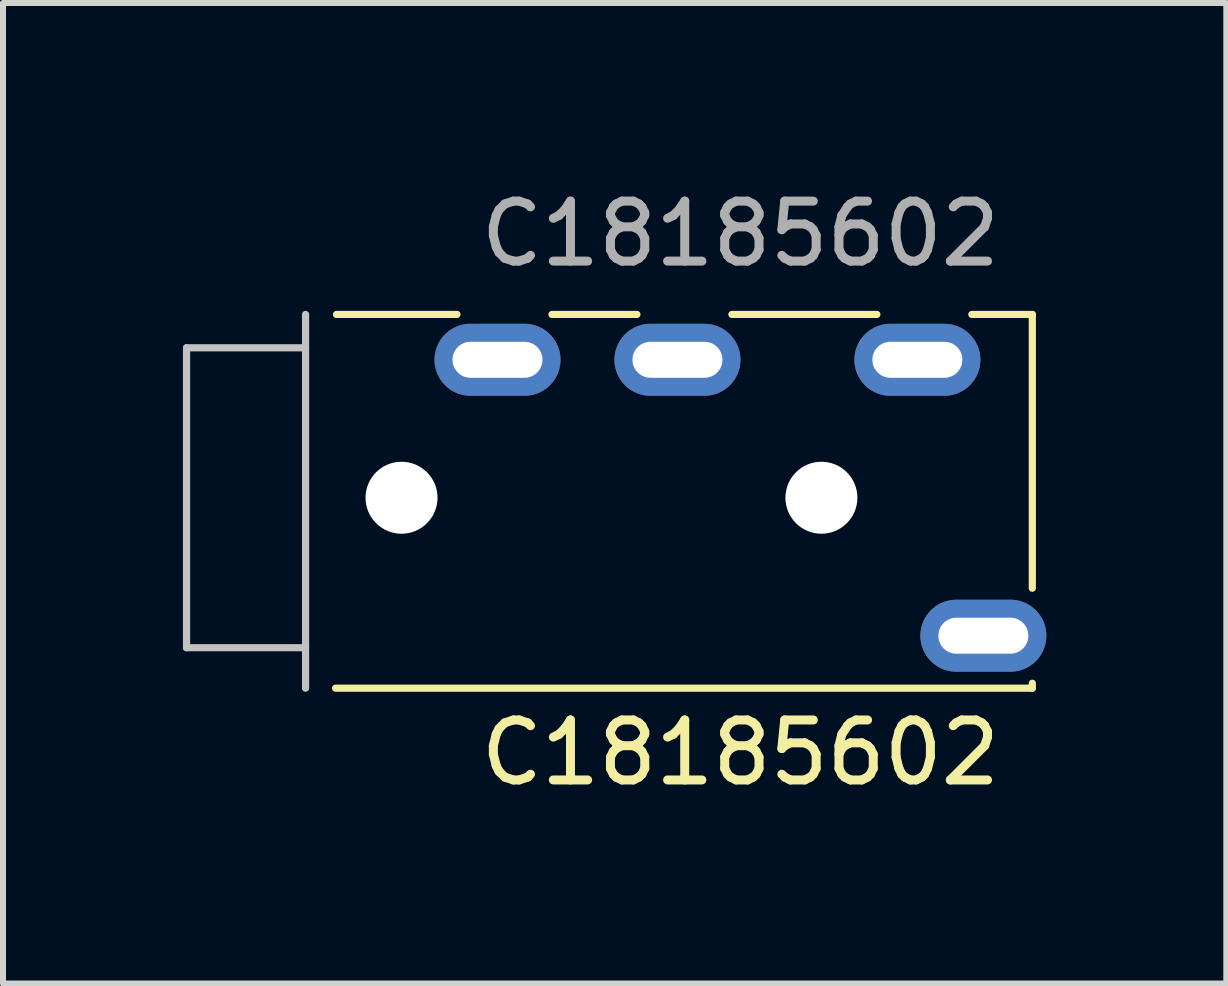
<source format=kicad_pcb>
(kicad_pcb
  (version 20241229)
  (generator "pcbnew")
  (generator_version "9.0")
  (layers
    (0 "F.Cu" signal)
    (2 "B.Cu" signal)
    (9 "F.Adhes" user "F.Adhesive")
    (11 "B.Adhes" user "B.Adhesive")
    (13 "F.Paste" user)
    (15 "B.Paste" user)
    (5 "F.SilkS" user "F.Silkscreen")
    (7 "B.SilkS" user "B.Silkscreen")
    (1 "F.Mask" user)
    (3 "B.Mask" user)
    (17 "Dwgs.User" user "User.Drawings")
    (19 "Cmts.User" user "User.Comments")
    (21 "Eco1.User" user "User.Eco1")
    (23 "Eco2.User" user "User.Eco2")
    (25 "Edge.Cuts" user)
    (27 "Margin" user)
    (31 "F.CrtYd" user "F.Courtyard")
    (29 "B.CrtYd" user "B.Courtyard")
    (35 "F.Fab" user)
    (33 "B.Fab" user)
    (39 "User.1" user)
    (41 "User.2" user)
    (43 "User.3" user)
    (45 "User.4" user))
  (footprint "C18185602"
    (layer "F.Cu")
    (at 9.294 5.248)
    (property "Reference" "C18185602" (at 0 4.25 0) (unlocked yes) (layer "F.SilkS") (effects (font (size 1 1) (thickness 0.15))))
    (attr through_hole)
    (fp_line (start -6.734 -3.056) (end -4.726 -3.056) (stroke (width 0.12) (type default)) (layer "F.SilkS"))
    (fp_line (start -3.142 -3.056) (end -1.726 -3.056) (stroke (width 0.12) (type default)) (layer "F.SilkS"))
    (fp_line (start -0.142 -3.056) (end 2.274 -3.056) (stroke (width 0.12) (type default)) (layer "F.SilkS"))
    (fp_line (start 3.858 -3.056) (end 4.866 -3.056) (stroke (width 0.12) (type default)) (layer "F.SilkS"))
    (fp_line (start 4.866 -3.056) (end 4.866 1.508) (stroke (width 0.12) (type default)) (layer "F.SilkS"))
    (fp_line (start 4.866 3.093) (end 4.866 3.175) (stroke (width 0.12) (type default)) (layer "F.SilkS"))
    (fp_line (start 4.866 3.175) (end -6.75 3.175) (stroke (width 0.12) (type default)) (layer "F.SilkS"))
    (fp_line (start -9.234 -2.5) (end -9.234 2.5) (stroke (width 0.12) (type default)) (layer "Dwgs.User"))
    (fp_line (start -9.234 -2.5) (end -7.25 -2.5) (stroke (width 0.12) (type default)) (layer "Dwgs.User"))
    (fp_line (start -9.234 2.5) (end -7.25 2.5) (stroke (width 0.12) (type default)) (layer "Dwgs.User"))
    (fp_line (start -7.25 3.175) (end -7.25 -3.056) (stroke (width 0.12) (type default)) (layer "Dwgs.User"))
    (fp_text user "${REFERENCE}" (at 0 -4.4 0) (unlocked yes) (layer "F.Fab") (effects (font (size 1 1) (thickness 0.15))))
    (pad "" np_thru_hole circle (at -5.65 0) (size 1.2 1.2) (drill 1.2) (layers "*.Cu" "*.Mask"))
    (pad "" np_thru_hole circle (at 1.35 0) (size 1.2 1.2) (drill 1.2) (layers "*.Cu" "*.Mask"))
    (pad "R1" thru_hole oval (at -1.05 -2.3) (size 2.1 1.2) (drill oval 1.5 0.6) (layers "*.Cu" "*.Mask"))
    (pad "R2" thru_hole oval (at -4.05 -2.3) (size 2.1 1.2) (drill oval 1.5 0.6) (layers "*.Cu" "*.Mask"))
    (pad "S" thru_hole oval (at 4.05 2.3) (size 2.1 1.2) (drill oval 1.5 0.6) (layers "*.Cu" "*.Mask"))
    (pad "T" thru_hole oval (at 2.95 -2.3) (size 2.1 1.2) (drill oval 1.5 0.6) (layers "*.Cu" "*.Mask")))
  (gr_rect
    (start -3 -3)
    (end 17.394 13.347)
    (stroke (width 0.1) (type default))
    (fill no)
    (layer "Edge.Cuts")))
</source>
